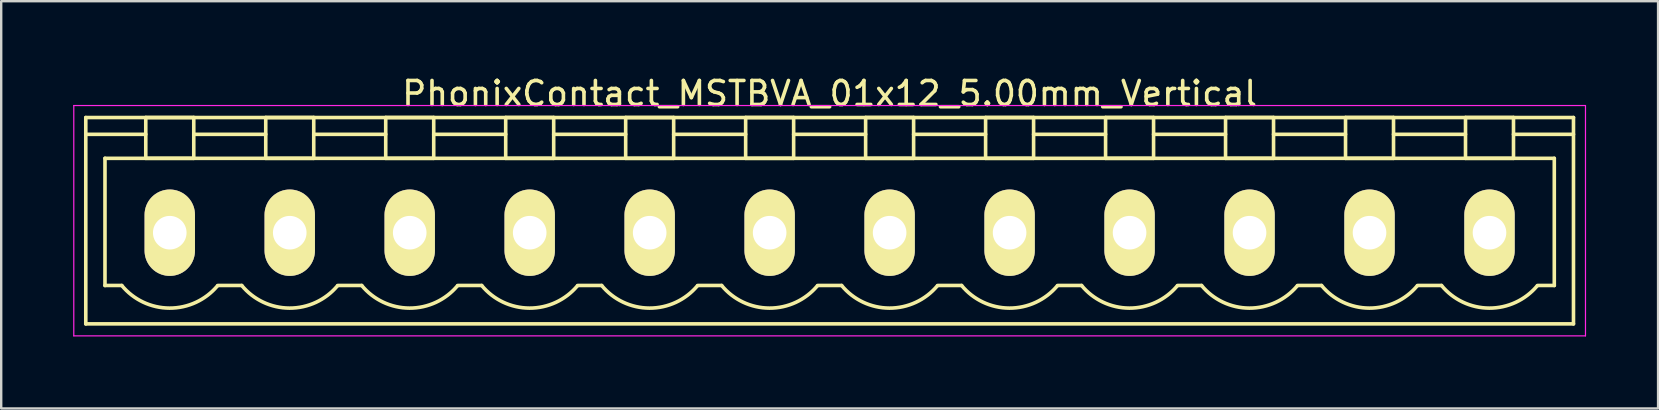
<source format=kicad_pcb>
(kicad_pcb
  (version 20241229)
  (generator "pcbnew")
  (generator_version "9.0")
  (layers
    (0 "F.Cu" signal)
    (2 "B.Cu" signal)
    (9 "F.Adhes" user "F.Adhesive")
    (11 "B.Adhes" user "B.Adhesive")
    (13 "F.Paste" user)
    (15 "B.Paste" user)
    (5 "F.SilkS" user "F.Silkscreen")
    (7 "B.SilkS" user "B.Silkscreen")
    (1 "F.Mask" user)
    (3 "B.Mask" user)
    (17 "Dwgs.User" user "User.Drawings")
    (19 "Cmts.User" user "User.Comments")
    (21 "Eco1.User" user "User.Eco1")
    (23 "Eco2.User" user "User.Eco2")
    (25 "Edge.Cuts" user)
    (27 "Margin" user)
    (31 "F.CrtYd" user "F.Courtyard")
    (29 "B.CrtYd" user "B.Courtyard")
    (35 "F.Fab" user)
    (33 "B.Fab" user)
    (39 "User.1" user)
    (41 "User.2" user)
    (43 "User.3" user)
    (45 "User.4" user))
  (footprint "PhonixContact_MSTBVA_01x12_5.00mm_Vertical"
    (layer "F.Cu")
    (at 4.025 6.648)
    (property "Reference" "PhonixContact_MSTBVA_01x12_5.00mm_Vertical" (at 27.5 -5.8 0) (layer "F.SilkS") (effects (font (size 1 1) (thickness 0.15))))
    (attr through_hole)
    (fp_line (start -3.5 -4.8) (end -3.5 3.8) (stroke (width 0.15) (type solid)) (layer "F.SilkS"))
    (fp_line (start -3.5 -4.1) (end -1 -4.1) (stroke (width 0.15) (type solid)) (layer "F.SilkS"))
    (fp_line (start -3.5 3.8) (end 58.5 3.8) (stroke (width 0.15) (type solid)) (layer "F.SilkS"))
    (fp_line (start -2.7 -3.1) (end 57.7 -3.1) (stroke (width 0.15) (type solid)) (layer "F.SilkS"))
    (fp_line (start -2.7 2.2) (end -2.7 -3.1) (stroke (width 0.15) (type solid)) (layer "F.SilkS"))
    (fp_line (start -2 2.2) (end -2.7 2.2) (stroke (width 0.15) (type solid)) (layer "F.SilkS"))
    (fp_line (start -1 -4.8) (end 1 -4.8) (stroke (width 0.15) (type solid)) (layer "F.SilkS"))
    (fp_line (start -1 -3.1) (end -1 -4.8) (stroke (width 0.15) (type solid)) (layer "F.SilkS"))
    (fp_line (start 1 -4.8) (end 1 -3.1) (stroke (width 0.15) (type solid)) (layer "F.SilkS"))
    (fp_line (start 1 -4.1) (end 4 -4.1) (stroke (width 0.15) (type solid)) (layer "F.SilkS"))
    (fp_line (start 1 -3.1) (end -1 -3.1) (stroke (width 0.15) (type solid)) (layer "F.SilkS"))
    (fp_line (start 2 2.2) (end 3 2.2) (stroke (width 0.15) (type solid)) (layer "F.SilkS"))
    (fp_line (start 4 -4.8) (end 6 -4.8) (stroke (width 0.15) (type solid)) (layer "F.SilkS"))
    (fp_line (start 4 -3.1) (end 4 -4.8) (stroke (width 0.15) (type solid)) (layer "F.SilkS"))
    (fp_line (start 6 -4.8) (end 6 -3.1) (stroke (width 0.15) (type solid)) (layer "F.SilkS"))
    (fp_line (start 6 -4.1) (end 9 -4.1) (stroke (width 0.15) (type solid)) (layer "F.SilkS"))
    (fp_line (start 6 -3.1) (end 4 -3.1) (stroke (width 0.15) (type solid)) (layer "F.SilkS"))
    (fp_line (start 7 2.2) (end 8 2.2) (stroke (width 0.15) (type solid)) (layer "F.SilkS"))
    (fp_line (start 9 -4.8) (end 11 -4.8) (stroke (width 0.15) (type solid)) (layer "F.SilkS"))
    (fp_line (start 9 -3.1) (end 9 -4.8) (stroke (width 0.15) (type solid)) (layer "F.SilkS"))
    (fp_line (start 11 -4.8) (end 11 -3.1) (stroke (width 0.15) (type solid)) (layer "F.SilkS"))
    (fp_line (start 11 -4.1) (end 14 -4.1) (stroke (width 0.15) (type solid)) (layer "F.SilkS"))
    (fp_line (start 11 -3.1) (end 9 -3.1) (stroke (width 0.15) (type solid)) (layer "F.SilkS"))
    (fp_line (start 12 2.2) (end 13 2.2) (stroke (width 0.15) (type solid)) (layer "F.SilkS"))
    (fp_line (start 14 -4.8) (end 16 -4.8) (stroke (width 0.15) (type solid)) (layer "F.SilkS"))
    (fp_line (start 14 -3.1) (end 14 -4.8) (stroke (width 0.15) (type solid)) (layer "F.SilkS"))
    (fp_line (start 16 -4.8) (end 16 -3.1) (stroke (width 0.15) (type solid)) (layer "F.SilkS"))
    (fp_line (start 16 -4.1) (end 19 -4.1) (stroke (width 0.15) (type solid)) (layer "F.SilkS"))
    (fp_line (start 16 -3.1) (end 14 -3.1) (stroke (width 0.15) (type solid)) (layer "F.SilkS"))
    (fp_line (start 17 2.2) (end 18 2.2) (stroke (width 0.15) (type solid)) (layer "F.SilkS"))
    (fp_line (start 19 -4.8) (end 21 -4.8) (stroke (width 0.15) (type solid)) (layer "F.SilkS"))
    (fp_line (start 19 -3.1) (end 19 -4.8) (stroke (width 0.15) (type solid)) (layer "F.SilkS"))
    (fp_line (start 21 -4.8) (end 21 -3.1) (stroke (width 0.15) (type solid)) (layer "F.SilkS"))
    (fp_line (start 21 -4.1) (end 24 -4.1) (stroke (width 0.15) (type solid)) (layer "F.SilkS"))
    (fp_line (start 21 -3.1) (end 19 -3.1) (stroke (width 0.15) (type solid)) (layer "F.SilkS"))
    (fp_line (start 22 2.2) (end 23 2.2) (stroke (width 0.15) (type solid)) (layer "F.SilkS"))
    (fp_line (start 24 -4.8) (end 26 -4.8) (stroke (width 0.15) (type solid)) (layer "F.SilkS"))
    (fp_line (start 24 -3.1) (end 24 -4.8) (stroke (width 0.15) (type solid)) (layer "F.SilkS"))
    (fp_line (start 26 -4.8) (end 26 -3.1) (stroke (width 0.15) (type solid)) (layer "F.SilkS"))
    (fp_line (start 26 -4.1) (end 29 -4.1) (stroke (width 0.15) (type solid)) (layer "F.SilkS"))
    (fp_line (start 26 -3.1) (end 24 -3.1) (stroke (width 0.15) (type solid)) (layer "F.SilkS"))
    (fp_line (start 27 2.2) (end 28 2.2) (stroke (width 0.15) (type solid)) (layer "F.SilkS"))
    (fp_line (start 29 -4.8) (end 31 -4.8) (stroke (width 0.15) (type solid)) (layer "F.SilkS"))
    (fp_line (start 29 -3.1) (end 29 -4.8) (stroke (width 0.15) (type solid)) (layer "F.SilkS"))
    (fp_line (start 31 -4.8) (end 31 -3.1) (stroke (width 0.15) (type solid)) (layer "F.SilkS"))
    (fp_line (start 31 -4.1) (end 34 -4.1) (stroke (width 0.15) (type solid)) (layer "F.SilkS"))
    (fp_line (start 31 -3.1) (end 29 -3.1) (stroke (width 0.15) (type solid)) (layer "F.SilkS"))
    (fp_line (start 32 2.2) (end 33 2.2) (stroke (width 0.15) (type solid)) (layer "F.SilkS"))
    (fp_line (start 34 -4.8) (end 36 -4.8) (stroke (width 0.15) (type solid)) (layer "F.SilkS"))
    (fp_line (start 34 -3.1) (end 34 -4.8) (stroke (width 0.15) (type solid)) (layer "F.SilkS"))
    (fp_line (start 36 -4.8) (end 36 -3.1) (stroke (width 0.15) (type solid)) (layer "F.SilkS"))
    (fp_line (start 36 -4.1) (end 39 -4.1) (stroke (width 0.15) (type solid)) (layer "F.SilkS"))
    (fp_line (start 36 -3.1) (end 34 -3.1) (stroke (width 0.15) (type solid)) (layer "F.SilkS"))
    (fp_line (start 37 2.2) (end 38 2.2) (stroke (width 0.15) (type solid)) (layer "F.SilkS"))
    (fp_line (start 39 -4.8) (end 41 -4.8) (stroke (width 0.15) (type solid)) (layer "F.SilkS"))
    (fp_line (start 39 -3.1) (end 39 -4.8) (stroke (width 0.15) (type solid)) (layer "F.SilkS"))
    (fp_line (start 41 -4.8) (end 41 -3.1) (stroke (width 0.15) (type solid)) (layer "F.SilkS"))
    (fp_line (start 41 -4.1) (end 44 -4.1) (stroke (width 0.15) (type solid)) (layer "F.SilkS"))
    (fp_line (start 41 -3.1) (end 39 -3.1) (stroke (width 0.15) (type solid)) (layer "F.SilkS"))
    (fp_line (start 42 2.2) (end 43 2.2) (stroke (width 0.15) (type solid)) (layer "F.SilkS"))
    (fp_line (start 44 -4.8) (end 46 -4.8) (stroke (width 0.15) (type solid)) (layer "F.SilkS"))
    (fp_line (start 44 -3.1) (end 44 -4.8) (stroke (width 0.15) (type solid)) (layer "F.SilkS"))
    (fp_line (start 46 -4.8) (end 46 -3.1) (stroke (width 0.15) (type solid)) (layer "F.SilkS"))
    (fp_line (start 46 -4.1) (end 49 -4.1) (stroke (width 0.15) (type solid)) (layer "F.SilkS"))
    (fp_line (start 46 -3.1) (end 44 -3.1) (stroke (width 0.15) (type solid)) (layer "F.SilkS"))
    (fp_line (start 47 2.2) (end 48 2.2) (stroke (width 0.15) (type solid)) (layer "F.SilkS"))
    (fp_line (start 49 -4.8) (end 51 -4.8) (stroke (width 0.15) (type solid)) (layer "F.SilkS"))
    (fp_line (start 49 -3.1) (end 49 -4.8) (stroke (width 0.15) (type solid)) (layer "F.SilkS"))
    (fp_line (start 51 -4.8) (end 51 -3.1) (stroke (width 0.15) (type solid)) (layer "F.SilkS"))
    (fp_line (start 51 -4.1) (end 54 -4.1) (stroke (width 0.15) (type solid)) (layer "F.SilkS"))
    (fp_line (start 51 -3.1) (end 49 -3.1) (stroke (width 0.15) (type solid)) (layer "F.SilkS"))
    (fp_line (start 52 2.2) (end 53 2.2) (stroke (width 0.15) (type solid)) (layer "F.SilkS"))
    (fp_line (start 54 -4.8) (end 56 -4.8) (stroke (width 0.15) (type solid)) (layer "F.SilkS"))
    (fp_line (start 54 -3.1) (end 54 -4.8) (stroke (width 0.15) (type solid)) (layer "F.SilkS"))
    (fp_line (start 56 -4.8) (end 56 -3.1) (stroke (width 0.15) (type solid)) (layer "F.SilkS"))
    (fp_line (start 56 -3.1) (end 54 -3.1) (stroke (width 0.15) (type solid)) (layer "F.SilkS"))
    (fp_line (start 57.7 -3.1) (end 57.7 2.2) (stroke (width 0.15) (type solid)) (layer "F.SilkS"))
    (fp_line (start 57.7 2.2) (end 57 2.2) (stroke (width 0.15) (type solid)) (layer "F.SilkS"))
    (fp_line (start 58.5 -4.8) (end -3.5 -4.8) (stroke (width 0.15) (type solid)) (layer "F.SilkS"))
    (fp_line (start 58.5 -4.1) (end 56 -4.1) (stroke (width 0.15) (type solid)) (layer "F.SilkS"))
    (fp_line (start 58.5 3.8) (end 58.5 -4.8) (stroke (width 0.15) (type solid)) (layer "F.SilkS"))
    (fp_arc (start 1.986842 2.215821) (mid -0.010289 3.142758) (end -2 2.2) (stroke (width 0.15) (type solid)) (layer "F.SilkS"))
    (fp_arc (start 6.986842 2.215821) (mid 4.989711 3.142758) (end 3 2.2) (stroke (width 0.15) (type solid)) (layer "F.SilkS"))
    (fp_arc (start 11.986842 2.215821) (mid 9.989711 3.142758) (end 8 2.2) (stroke (width 0.15) (type solid)) (layer "F.SilkS"))
    (fp_arc (start 16.986842 2.215821) (mid 14.989711 3.142758) (end 13 2.2) (stroke (width 0.15) (type solid)) (layer "F.SilkS"))
    (fp_arc (start 21.986842 2.215821) (mid 19.989711 3.142758) (end 18 2.2) (stroke (width 0.15) (type solid)) (layer "F.SilkS"))
    (fp_arc (start 26.986842 2.215821) (mid 24.989711 3.142758) (end 23 2.2) (stroke (width 0.15) (type solid)) (layer "F.SilkS"))
    (fp_arc (start 31.986842 2.215821) (mid 29.989711 3.142758) (end 28 2.2) (stroke (width 0.15) (type solid)) (layer "F.SilkS"))
    (fp_arc (start 36.986842 2.215821) (mid 34.989711 3.142758) (end 33 2.2) (stroke (width 0.15) (type solid)) (layer "F.SilkS"))
    (fp_arc (start 41.986842 2.215821) (mid 39.989711 3.142758) (end 38 2.2) (stroke (width 0.15) (type solid)) (layer "F.SilkS"))
    (fp_arc (start 46.986842 2.215821) (mid 44.989711 3.142758) (end 43 2.2) (stroke (width 0.15) (type solid)) (layer "F.SilkS"))
    (fp_arc (start 51.986842 2.215821) (mid 49.989711 3.142758) (end 48 2.2) (stroke (width 0.15) (type solid)) (layer "F.SilkS"))
    (fp_arc (start 56.986842 2.215821) (mid 54.989711 3.142758) (end 53 2.2) (stroke (width 0.15) (type solid)) (layer "F.SilkS"))
    (fp_line (start -4 -5.3) (end -4 4.3) (stroke (width 0.05) (type solid)) (layer "F.CrtYd"))
    (fp_line (start -4 4.3) (end 59 4.3) (stroke (width 0.05) (type solid)) (layer "F.CrtYd"))
    (fp_line (start 59 -5.3) (end -4 -5.3) (stroke (width 0.05) (type solid)) (layer "F.CrtYd"))
    (fp_line (start 59 4.3) (end 59 -5.3) (stroke (width 0.05) (type solid)) (layer "F.CrtYd"))
    (pad "1" thru_hole oval (at 0 0) (size 2.1 3.6) (drill 1.4) (layers "*.Cu" "*.Mask" "F.SilkS"))
    (pad "2" thru_hole oval (at 5 0) (size 2.1 3.6) (drill 1.4) (layers "*.Cu" "*.Mask" "F.SilkS"))
    (pad "3" thru_hole oval (at 10 0) (size 2.1 3.6) (drill 1.4) (layers "*.Cu" "*.Mask" "F.SilkS"))
    (pad "4" thru_hole oval (at 15 0) (size 2.1 3.6) (drill 1.4) (layers "*.Cu" "*.Mask" "F.SilkS"))
    (pad "5" thru_hole oval (at 20 0) (size 2.1 3.6) (drill 1.4) (layers "*.Cu" "*.Mask" "F.SilkS"))
    (pad "6" thru_hole oval (at 25 0) (size 2.1 3.6) (drill 1.4) (layers "*.Cu" "*.Mask" "F.SilkS"))
    (pad "7" thru_hole oval (at 30 0) (size 2.1 3.6) (drill 1.4) (layers "*.Cu" "*.Mask" "F.SilkS"))
    (pad "8" thru_hole oval (at 35 0) (size 2.1 3.6) (drill 1.4) (layers "*.Cu" "*.Mask" "F.SilkS"))
    (pad "9" thru_hole oval (at 40 0) (size 2.1 3.6) (drill 1.4) (layers "*.Cu" "*.Mask" "F.SilkS"))
    (pad "10" thru_hole oval (at 45 0) (size 2.1 3.6) (drill 1.4) (layers "*.Cu" "*.Mask" "F.SilkS"))
    (pad "11" thru_hole oval (at 50 0) (size 2.1 3.6) (drill 1.4) (layers "*.Cu" "*.Mask" "F.SilkS"))
    (pad "12" thru_hole oval (at 55 0) (size 2.1 3.6) (drill 1.4) (layers "*.Cu" "*.Mask" "F.SilkS")))
  (gr_rect
    (start -3 -3)
    (end 66.05 13.973)
    (stroke (width 0.1) (type default))
    (fill no)
    (layer "Edge.Cuts")))
</source>
